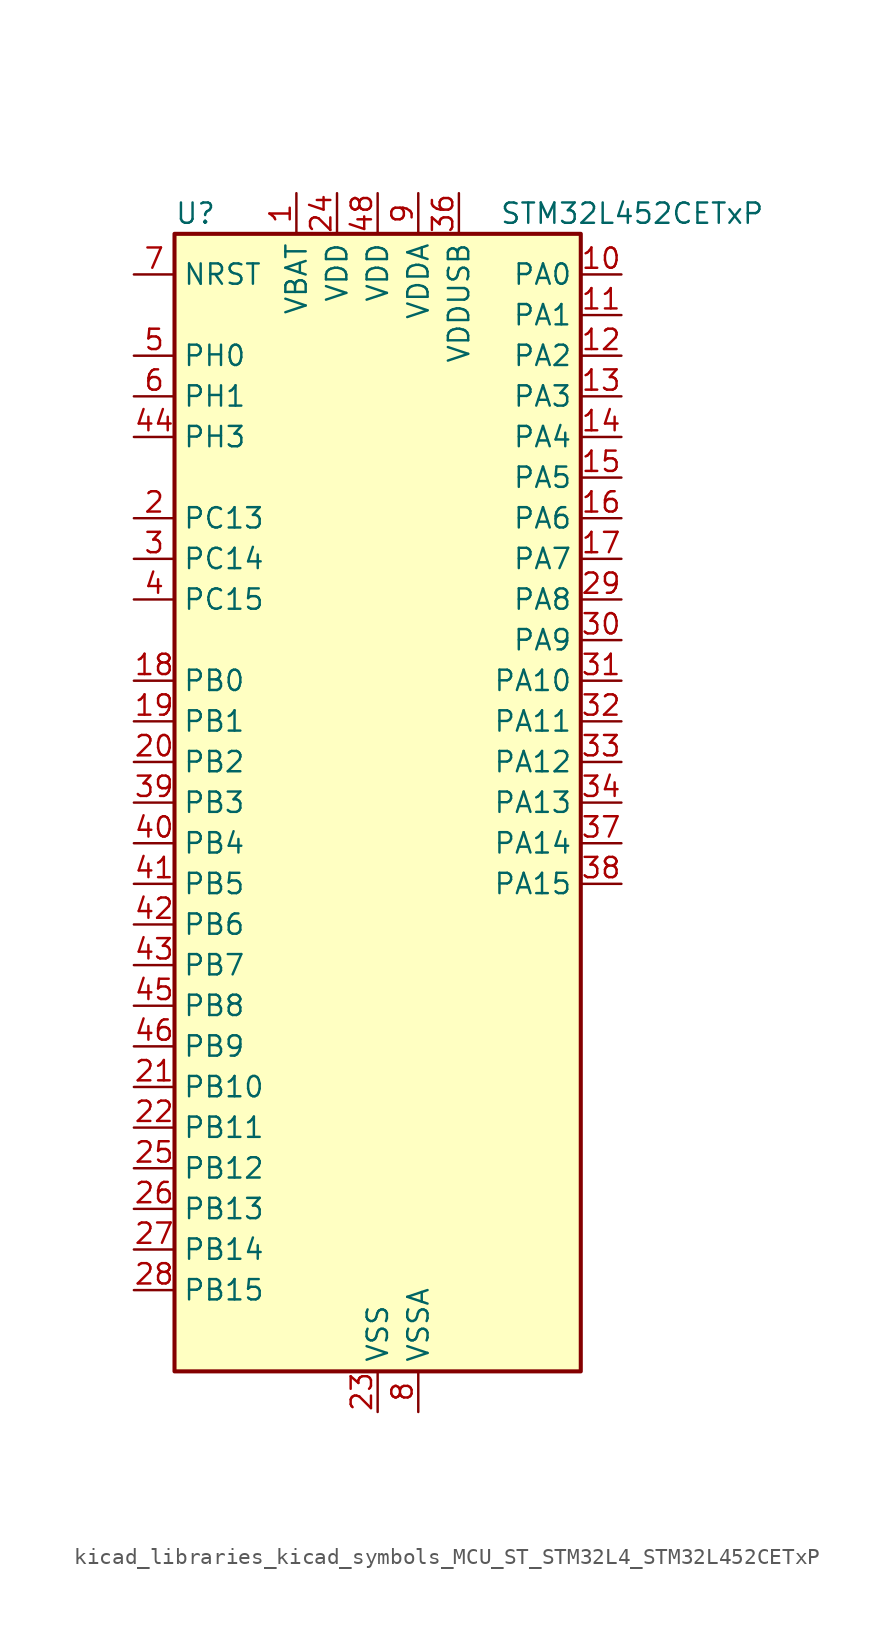
<source format=kicad_sym>
(kicad_symbol_lib
  (version 20220914)
  (generator kicad_symbol_editor)
  (symbol "kicad_libraries_kicad_symbols_MCU_ST_STM32L4_STM32L452CETxP"
    (property "Reference" "U"
      (at -12.7 36.83 0)
      (effects (font (size 1.27 1.27)) (justify left)))
    (property "Value" "STM32L452CETxP"
      (at 7.62 36.83 0)
      (effects (font (size 1.27 1.27)) (justify left)))
    (property "ki_locked" ""
      (at 0 0 0)
      (effects (font (size 1.27 1.27))))
    (symbol "kicad_libraries_kicad_symbols_MCU_ST_STM32L4_STM32L452CETxP_0_1"
      (rectangle (start -12.7 -35.56) (end 12.7 35.56) (stroke (width 0.254) (type default)) (fill (type background))))
    (symbol "kicad_libraries_kicad_symbols_MCU_ST_STM32L4_STM32L452CETxP_1_1"
      (pin power_in line (at -5.08 38.1 270) (length 2.54) (name "VBAT" (effects (font (size 1.27 1.27)))) (number "1" (effects (font (size 1.27 1.27)))))
      (pin bidirectional line (at 15.24 33.02 180) (length 2.54) (name "PA0" (effects (font (size 1.27 1.27)))) (number "10" (effects (font (size 1.27 1.27)))) (alternate "ADC1_IN5" bidirectional line) (alternate "COMP1_INM" bidirectional line) (alternate "COMP1_OUT" bidirectional line) (alternate "OPAMP1_VINP" bidirectional line) (alternate "RTC_TAMP2" bidirectional line) (alternate "SAI1_EXTCLK" bidirectional line) (alternate "SYS_WKUP1" bidirectional line) (alternate "TIM2_CH1" bidirectional line) (alternate "TIM2_ETR" bidirectional line) (alternate "UART4_TX" bidirectional line) (alternate "USART2_CTS" bidirectional line))
      (pin bidirectional line (at 15.24 30.48 180) (length 2.54) (name "PA1" (effects (font (size 1.27 1.27)))) (number "11" (effects (font (size 1.27 1.27)))) (alternate "ADC1_IN6" bidirectional line) (alternate "COMP1_INP" bidirectional line) (alternate "I2C1_SMBA" bidirectional line) (alternate "OPAMP1_VINM" bidirectional line) (alternate "SPI1_SCK" bidirectional line) (alternate "TIM15_CH1N" bidirectional line) (alternate "TIM2_CH2" bidirectional line) (alternate "UART4_RX" bidirectional line) (alternate "USART2_DE" bidirectional line) (alternate "USART2_RTS" bidirectional line))
      (pin bidirectional line (at 15.24 27.94 180) (length 2.54) (name "PA2" (effects (font (size 1.27 1.27)))) (number "12" (effects (font (size 1.27 1.27)))) (alternate "ADC1_IN7" bidirectional line) (alternate "COMP2_INM" bidirectional line) (alternate "COMP2_OUT" bidirectional line) (alternate "LPUART1_TX" bidirectional line) (alternate "QUADSPI_BK1_NCS" bidirectional line) (alternate "RCC_LSCO" bidirectional line) (alternate "SYS_WKUP4" bidirectional line) (alternate "TIM15_CH1" bidirectional line) (alternate "TIM2_CH3" bidirectional line) (alternate "USART2_TX" bidirectional line))
      (pin bidirectional line (at 15.24 25.4 180) (length 2.54) (name "PA3" (effects (font (size 1.27 1.27)))) (number "13" (effects (font (size 1.27 1.27)))) (alternate "ADC1_IN8" bidirectional line) (alternate "COMP2_INP" bidirectional line) (alternate "LPUART1_RX" bidirectional line) (alternate "OPAMP1_VOUT" bidirectional line) (alternate "QUADSPI_CLK" bidirectional line) (alternate "SAI1_MCLK_A" bidirectional line) (alternate "TIM15_CH2" bidirectional line) (alternate "TIM2_CH4" bidirectional line) (alternate "USART2_RX" bidirectional line))
      (pin bidirectional line (at 15.24 22.86 180) (length 2.54) (name "PA4" (effects (font (size 1.27 1.27)))) (number "14" (effects (font (size 1.27 1.27)))) (alternate "ADC1_IN9" bidirectional line) (alternate "COMP1_INM" bidirectional line) (alternate "COMP2_INM" bidirectional line) (alternate "DAC1_OUT1" bidirectional line) (alternate "LPTIM2_OUT" bidirectional line) (alternate "SAI1_FS_B" bidirectional line) (alternate "SPI1_NSS" bidirectional line) (alternate "SPI3_NSS" bidirectional line) (alternate "USART2_CK" bidirectional line))
      (pin bidirectional line (at 15.24 20.32 180) (length 2.54) (name "PA5" (effects (font (size 1.27 1.27)))) (number "15" (effects (font (size 1.27 1.27)))) (alternate "ADC1_IN10" bidirectional line) (alternate "COMP1_INM" bidirectional line) (alternate "COMP2_INM" bidirectional line) (alternate "DFSDM1_CKOUT" bidirectional line) (alternate "LPTIM2_ETR" bidirectional line) (alternate "SPI1_SCK" bidirectional line) (alternate "TIM2_CH1" bidirectional line) (alternate "TIM2_ETR" bidirectional line))
      (pin bidirectional line (at 15.24 17.78 180) (length 2.54) (name "PA6" (effects (font (size 1.27 1.27)))) (number "16" (effects (font (size 1.27 1.27)))) (alternate "ADC1_IN11" bidirectional line) (alternate "COMP1_OUT" bidirectional line) (alternate "LPUART1_CTS" bidirectional line) (alternate "QUADSPI_BK1_IO3" bidirectional line) (alternate "SPI1_MISO" bidirectional line) (alternate "TIM16_CH1" bidirectional line) (alternate "TIM1_BKIN" bidirectional line) (alternate "TIM1_BKIN_COMP2" bidirectional line) (alternate "TIM3_CH1" bidirectional line) (alternate "USART3_CTS" bidirectional line))
      (pin bidirectional line (at 15.24 15.24 180) (length 2.54) (name "PA7" (effects (font (size 1.27 1.27)))) (number "17" (effects (font (size 1.27 1.27)))) (alternate "ADC1_IN12" bidirectional line) (alternate "COMP2_OUT" bidirectional line) (alternate "DFSDM1_DATIN0" bidirectional line) (alternate "I2C3_SCL" bidirectional line) (alternate "QUADSPI_BK1_IO2" bidirectional line) (alternate "SPI1_MOSI" bidirectional line) (alternate "TIM1_CH1N" bidirectional line) (alternate "TIM3_CH2" bidirectional line))
      (pin bidirectional line (at -15.24 7.62 0) (length 2.54) (name "PB0" (effects (font (size 1.27 1.27)))) (number "18" (effects (font (size 1.27 1.27)))) (alternate "ADC1_IN15" bidirectional line) (alternate "COMP1_OUT" bidirectional line) (alternate "DFSDM1_CKIN0" bidirectional line) (alternate "QUADSPI_BK1_IO1" bidirectional line) (alternate "SAI1_EXTCLK" bidirectional line) (alternate "SPI1_NSS" bidirectional line) (alternate "TIM1_CH2N" bidirectional line) (alternate "TIM3_CH3" bidirectional line) (alternate "USART3_CK" bidirectional line))
      (pin bidirectional line (at -15.24 5.08 0) (length 2.54) (name "PB1" (effects (font (size 1.27 1.27)))) (number "19" (effects (font (size 1.27 1.27)))) (alternate "ADC1_IN16" bidirectional line) (alternate "COMP1_INM" bidirectional line) (alternate "DFSDM1_DATIN0" bidirectional line) (alternate "LPTIM2_IN1" bidirectional line) (alternate "LPUART1_DE" bidirectional line) (alternate "LPUART1_RTS" bidirectional line) (alternate "QUADSPI_BK1_IO0" bidirectional line) (alternate "TIM1_CH3N" bidirectional line) (alternate "TIM3_CH4" bidirectional line) (alternate "USART3_DE" bidirectional line) (alternate "USART3_RTS" bidirectional line))
      (pin bidirectional line (at -15.24 17.78 0) (length 2.54) (name "PC13" (effects (font (size 1.27 1.27)))) (number "2" (effects (font (size 1.27 1.27)))) (alternate "RTC_OUT_ALARM" bidirectional line) (alternate "RTC_OUT_CALIB" bidirectional line) (alternate "RTC_TAMP1" bidirectional line) (alternate "RTC_TS" bidirectional line) (alternate "SYS_WKUP2" bidirectional line))
      (pin bidirectional line (at -15.24 2.54 0) (length 2.54) (name "PB2" (effects (font (size 1.27 1.27)))) (number "20" (effects (font (size 1.27 1.27)))) (alternate "COMP1_INP" bidirectional line) (alternate "DFSDM1_CKIN0" bidirectional line) (alternate "I2C3_SMBA" bidirectional line) (alternate "LPTIM1_OUT" bidirectional line) (alternate "RTC_OUT_ALARM" bidirectional line) (alternate "RTC_OUT_CALIB" bidirectional line))
      (pin bidirectional line (at -15.24 -17.78 0) (length 2.54) (name "PB10" (effects (font (size 1.27 1.27)))) (number "21" (effects (font (size 1.27 1.27)))) (alternate "COMP1_OUT" bidirectional line) (alternate "I2C2_SCL" bidirectional line) (alternate "I2C4_SCL" bidirectional line) (alternate "LPUART1_RX" bidirectional line) (alternate "QUADSPI_CLK" bidirectional line) (alternate "SAI1_SCK_A" bidirectional line) (alternate "SPI2_SCK" bidirectional line) (alternate "TIM2_CH3" bidirectional line) (alternate "TSC_SYNC" bidirectional line) (alternate "USART3_TX" bidirectional line))
      (pin bidirectional line (at -15.24 -20.32 0) (length 2.54) (name "PB11" (effects (font (size 1.27 1.27)))) (number "22" (effects (font (size 1.27 1.27)))) (alternate "ADC1_EXTI11" bidirectional line) (alternate "COMP2_OUT" bidirectional line) (alternate "I2C2_SDA" bidirectional line) (alternate "I2C4_SDA" bidirectional line) (alternate "LPUART1_TX" bidirectional line) (alternate "QUADSPI_BK1_NCS" bidirectional line) (alternate "TIM2_CH4" bidirectional line) (alternate "USART3_RX" bidirectional line))
      (pin power_in line (at 0 -38.1 90) (length 2.54) (name "VSS" (effects (font (size 1.27 1.27)))) (number "23" (effects (font (size 1.27 1.27)))))
      (pin power_in line (at -2.54 38.1 270) (length 2.54) (name "VDD" (effects (font (size 1.27 1.27)))) (number "24" (effects (font (size 1.27 1.27)))))
      (pin bidirectional line (at -15.24 -22.86 0) (length 2.54) (name "PB12" (effects (font (size 1.27 1.27)))) (number "25" (effects (font (size 1.27 1.27)))) (alternate "CAN1_RX" bidirectional line) (alternate "DFSDM1_DATIN1" bidirectional line) (alternate "I2C2_SMBA" bidirectional line) (alternate "LPUART1_DE" bidirectional line) (alternate "LPUART1_RTS" bidirectional line) (alternate "SAI1_FS_A" bidirectional line) (alternate "SPI2_NSS" bidirectional line) (alternate "TIM15_BKIN" bidirectional line) (alternate "TIM1_BKIN" bidirectional line) (alternate "TIM1_BKIN_COMP2" bidirectional line) (alternate "TSC_G1_IO1" bidirectional line) (alternate "USART3_CK" bidirectional line))
      (pin bidirectional line (at -15.24 -25.4 0) (length 2.54) (name "PB13" (effects (font (size 1.27 1.27)))) (number "26" (effects (font (size 1.27 1.27)))) (alternate "CAN1_TX" bidirectional line) (alternate "DFSDM1_CKIN1" bidirectional line) (alternate "I2C2_SCL" bidirectional line) (alternate "LPUART1_CTS" bidirectional line) (alternate "SAI1_SCK_A" bidirectional line) (alternate "SPI2_SCK" bidirectional line) (alternate "TIM15_CH1N" bidirectional line) (alternate "TIM1_CH1N" bidirectional line) (alternate "TSC_G1_IO2" bidirectional line) (alternate "USART3_CTS" bidirectional line))
      (pin bidirectional line (at -15.24 -27.94 0) (length 2.54) (name "PB14" (effects (font (size 1.27 1.27)))) (number "27" (effects (font (size 1.27 1.27)))) (alternate "DFSDM1_DATIN2" bidirectional line) (alternate "I2C2_SDA" bidirectional line) (alternate "SAI1_MCLK_A" bidirectional line) (alternate "SPI2_MISO" bidirectional line) (alternate "TIM15_CH1" bidirectional line) (alternate "TIM1_CH2N" bidirectional line) (alternate "TSC_G1_IO3" bidirectional line) (alternate "USART3_DE" bidirectional line) (alternate "USART3_RTS" bidirectional line))
      (pin bidirectional line (at -15.24 -30.48 0) (length 2.54) (name "PB15" (effects (font (size 1.27 1.27)))) (number "28" (effects (font (size 1.27 1.27)))) (alternate "ADC1_EXTI15" bidirectional line) (alternate "DFSDM1_CKIN2" bidirectional line) (alternate "RTC_REFIN" bidirectional line) (alternate "SAI1_SD_A" bidirectional line) (alternate "SPI2_MOSI" bidirectional line) (alternate "TIM15_CH2" bidirectional line) (alternate "TIM1_CH3N" bidirectional line) (alternate "TSC_G1_IO4" bidirectional line))
      (pin bidirectional line (at 15.24 12.7 180) (length 2.54) (name "PA8" (effects (font (size 1.27 1.27)))) (number "29" (effects (font (size 1.27 1.27)))) (alternate "DFSDM1_CKIN1" bidirectional line) (alternate "LPTIM2_OUT" bidirectional line) (alternate "RCC_MCO" bidirectional line) (alternate "SAI1_SCK_A" bidirectional line) (alternate "TIM1_CH1" bidirectional line) (alternate "USART1_CK" bidirectional line))
      (pin bidirectional line (at -15.24 15.24 0) (length 2.54) (name "PC14" (effects (font (size 1.27 1.27)))) (number "3" (effects (font (size 1.27 1.27)))) (alternate "RCC_OSC32_IN" bidirectional line))
      (pin bidirectional line (at 15.24 10.16 180) (length 2.54) (name "PA9" (effects (font (size 1.27 1.27)))) (number "30" (effects (font (size 1.27 1.27)))) (alternate "DAC1_EXTI9" bidirectional line) (alternate "DFSDM1_DATIN1" bidirectional line) (alternate "I2C1_SCL" bidirectional line) (alternate "SAI1_FS_A" bidirectional line) (alternate "TIM15_BKIN" bidirectional line) (alternate "TIM1_CH2" bidirectional line) (alternate "USART1_TX" bidirectional line))
      (pin bidirectional line (at 15.24 7.62 180) (length 2.54) (name "PA10" (effects (font (size 1.27 1.27)))) (number "31" (effects (font (size 1.27 1.27)))) (alternate "CRS_SYNC" bidirectional line) (alternate "I2C1_SDA" bidirectional line) (alternate "SAI1_SD_A" bidirectional line) (alternate "TIM1_CH3" bidirectional line) (alternate "USART1_RX" bidirectional line))
      (pin bidirectional line (at 15.24 5.08 180) (length 2.54) (name "PA11" (effects (font (size 1.27 1.27)))) (number "32" (effects (font (size 1.27 1.27)))) (alternate "ADC1_EXTI11" bidirectional line) (alternate "CAN1_RX" bidirectional line) (alternate "COMP1_OUT" bidirectional line) (alternate "SPI1_MISO" bidirectional line) (alternate "TIM1_BKIN2" bidirectional line) (alternate "TIM1_BKIN2_COMP1" bidirectional line) (alternate "TIM1_CH4" bidirectional line) (alternate "USART1_CTS" bidirectional line) (alternate "USB_DM" bidirectional line))
      (pin bidirectional line (at 15.24 2.54 180) (length 2.54) (name "PA12" (effects (font (size 1.27 1.27)))) (number "33" (effects (font (size 1.27 1.27)))) (alternate "CAN1_TX" bidirectional line) (alternate "SPI1_MOSI" bidirectional line) (alternate "TIM1_ETR" bidirectional line) (alternate "USART1_DE" bidirectional line) (alternate "USART1_RTS" bidirectional line) (alternate "USB_DP" bidirectional line))
      (pin bidirectional line (at 15.24 0 180) (length 2.54) (name "PA13" (effects (font (size 1.27 1.27)))) (number "34" (effects (font (size 1.27 1.27)))) (alternate "IR_OUT" bidirectional line) (alternate "SAI1_SD_B" bidirectional line) (alternate "SYS_JTMS-SWDIO" bidirectional line) (alternate "USB_NOE" bidirectional line))
      (pin passive line (at 0 -38.1 90) (length 2.54) hide (name "VSS" (effects (font (size 1.27 1.27)))) (number "35" (effects (font (size 1.27 1.27)))))
      (pin power_in line (at 5.08 38.1 270) (length 2.54) (name "VDDUSB" (effects (font (size 1.27 1.27)))) (number "36" (effects (font (size 1.27 1.27)))))
      (pin bidirectional line (at 15.24 -2.54 180) (length 2.54) (name "PA14" (effects (font (size 1.27 1.27)))) (number "37" (effects (font (size 1.27 1.27)))) (alternate "I2C1_SMBA" bidirectional line) (alternate "I2C4_SMBA" bidirectional line) (alternate "LPTIM1_OUT" bidirectional line) (alternate "SAI1_FS_B" bidirectional line) (alternate "SYS_JTCK-SWCLK" bidirectional line))
      (pin bidirectional line (at 15.24 -5.08 180) (length 2.54) (name "PA15" (effects (font (size 1.27 1.27)))) (number "38" (effects (font (size 1.27 1.27)))) (alternate "ADC1_EXTI15" bidirectional line) (alternate "SPI1_NSS" bidirectional line) (alternate "SPI3_NSS" bidirectional line) (alternate "SYS_JTDI" bidirectional line) (alternate "TIM2_CH1" bidirectional line) (alternate "TIM2_ETR" bidirectional line) (alternate "UART4_DE" bidirectional line) (alternate "UART4_RTS" bidirectional line) (alternate "USART2_RX" bidirectional line) (alternate "USART3_DE" bidirectional line) (alternate "USART3_RTS" bidirectional line))
      (pin bidirectional line (at -15.24 0 0) (length 2.54) (name "PB3" (effects (font (size 1.27 1.27)))) (number "39" (effects (font (size 1.27 1.27)))) (alternate "COMP2_INM" bidirectional line) (alternate "SAI1_SCK_B" bidirectional line) (alternate "SPI1_SCK" bidirectional line) (alternate "SPI3_SCK" bidirectional line) (alternate "SYS_JTDO-SWO" bidirectional line) (alternate "TIM2_CH2" bidirectional line) (alternate "USART1_DE" bidirectional line) (alternate "USART1_RTS" bidirectional line))
      (pin bidirectional line (at -15.24 12.7 0) (length 2.54) (name "PC15" (effects (font (size 1.27 1.27)))) (number "4" (effects (font (size 1.27 1.27)))) (alternate "ADC1_EXTI15" bidirectional line) (alternate "RCC_OSC32_OUT" bidirectional line))
      (pin bidirectional line (at -15.24 -2.54 0) (length 2.54) (name "PB4" (effects (font (size 1.27 1.27)))) (number "40" (effects (font (size 1.27 1.27)))) (alternate "COMP2_INP" bidirectional line) (alternate "I2C3_SDA" bidirectional line) (alternate "SAI1_MCLK_B" bidirectional line) (alternate "SPI1_MISO" bidirectional line) (alternate "SPI3_MISO" bidirectional line) (alternate "SYS_JTRST" bidirectional line) (alternate "TIM3_CH1" bidirectional line) (alternate "TSC_G2_IO1" bidirectional line) (alternate "USART1_CTS" bidirectional line))
      (pin bidirectional line (at -15.24 -5.08 0) (length 2.54) (name "PB5" (effects (font (size 1.27 1.27)))) (number "41" (effects (font (size 1.27 1.27)))) (alternate "CAN1_RX" bidirectional line) (alternate "COMP2_OUT" bidirectional line) (alternate "I2C1_SMBA" bidirectional line) (alternate "LPTIM1_IN1" bidirectional line) (alternate "SAI1_SD_B" bidirectional line) (alternate "SPI1_MOSI" bidirectional line) (alternate "SPI3_MOSI" bidirectional line) (alternate "TIM16_BKIN" bidirectional line) (alternate "TIM3_CH2" bidirectional line) (alternate "TSC_G2_IO2" bidirectional line) (alternate "USART1_CK" bidirectional line))
      (pin bidirectional line (at -15.24 -7.62 0) (length 2.54) (name "PB6" (effects (font (size 1.27 1.27)))) (number "42" (effects (font (size 1.27 1.27)))) (alternate "CAN1_TX" bidirectional line) (alternate "COMP2_INP" bidirectional line) (alternate "I2C1_SCL" bidirectional line) (alternate "I2C4_SCL" bidirectional line) (alternate "LPTIM1_ETR" bidirectional line) (alternate "SAI1_FS_B" bidirectional line) (alternate "TIM16_CH1N" bidirectional line) (alternate "TSC_G2_IO3" bidirectional line) (alternate "USART1_TX" bidirectional line))
      (pin bidirectional line (at -15.24 -10.16 0) (length 2.54) (name "PB7" (effects (font (size 1.27 1.27)))) (number "43" (effects (font (size 1.27 1.27)))) (alternate "COMP2_INM" bidirectional line) (alternate "I2C1_SDA" bidirectional line) (alternate "I2C4_SDA" bidirectional line) (alternate "LPTIM1_IN2" bidirectional line) (alternate "SYS_PVD_IN" bidirectional line) (alternate "TSC_G2_IO4" bidirectional line) (alternate "UART4_CTS" bidirectional line) (alternate "USART1_RX" bidirectional line))
      (pin bidirectional line (at -15.24 22.86 0) (length 2.54) (name "PH3" (effects (font (size 1.27 1.27)))) (number "44" (effects (font (size 1.27 1.27)))))
      (pin bidirectional line (at -15.24 -12.7 0) (length 2.54) (name "PB8" (effects (font (size 1.27 1.27)))) (number "45" (effects (font (size 1.27 1.27)))) (alternate "CAN1_RX" bidirectional line) (alternate "I2C1_SCL" bidirectional line) (alternate "SAI1_MCLK_A" bidirectional line) (alternate "TIM16_CH1" bidirectional line))
      (pin bidirectional line (at -15.24 -15.24 0) (length 2.54) (name "PB9" (effects (font (size 1.27 1.27)))) (number "46" (effects (font (size 1.27 1.27)))) (alternate "CAN1_TX" bidirectional line) (alternate "DAC1_EXTI9" bidirectional line) (alternate "I2C1_SDA" bidirectional line) (alternate "IR_OUT" bidirectional line) (alternate "SAI1_FS_A" bidirectional line) (alternate "SPI2_NSS" bidirectional line))
      (pin passive line (at 0 -38.1 90) (length 2.54) hide (name "VSS" (effects (font (size 1.27 1.27)))) (number "47" (effects (font (size 1.27 1.27)))))
      (pin power_in line (at 0 38.1 270) (length 2.54) (name "VDD" (effects (font (size 1.27 1.27)))) (number "48" (effects (font (size 1.27 1.27)))))
      (pin bidirectional line (at -15.24 27.94 0) (length 2.54) (name "PH0" (effects (font (size 1.27 1.27)))) (number "5" (effects (font (size 1.27 1.27)))) (alternate "RCC_OSC_IN" bidirectional line))
      (pin bidirectional line (at -15.24 25.4 0) (length 2.54) (name "PH1" (effects (font (size 1.27 1.27)))) (number "6" (effects (font (size 1.27 1.27)))) (alternate "RCC_OSC_OUT" bidirectional line))
      (pin input line (at -15.24 33.02 0) (length 2.54) (name "NRST" (effects (font (size 1.27 1.27)))) (number "7" (effects (font (size 1.27 1.27)))))
      (pin power_in line (at 2.54 -38.1 90) (length 2.54) (name "VSSA" (effects (font (size 1.27 1.27)))) (number "8" (effects (font (size 1.27 1.27)))))
      (pin power_in line (at 2.54 38.1 270) (length 2.54) (name "VDDA" (effects (font (size 1.27 1.27)))) (number "9" (effects (font (size 1.27 1.27))))))))
</source>
